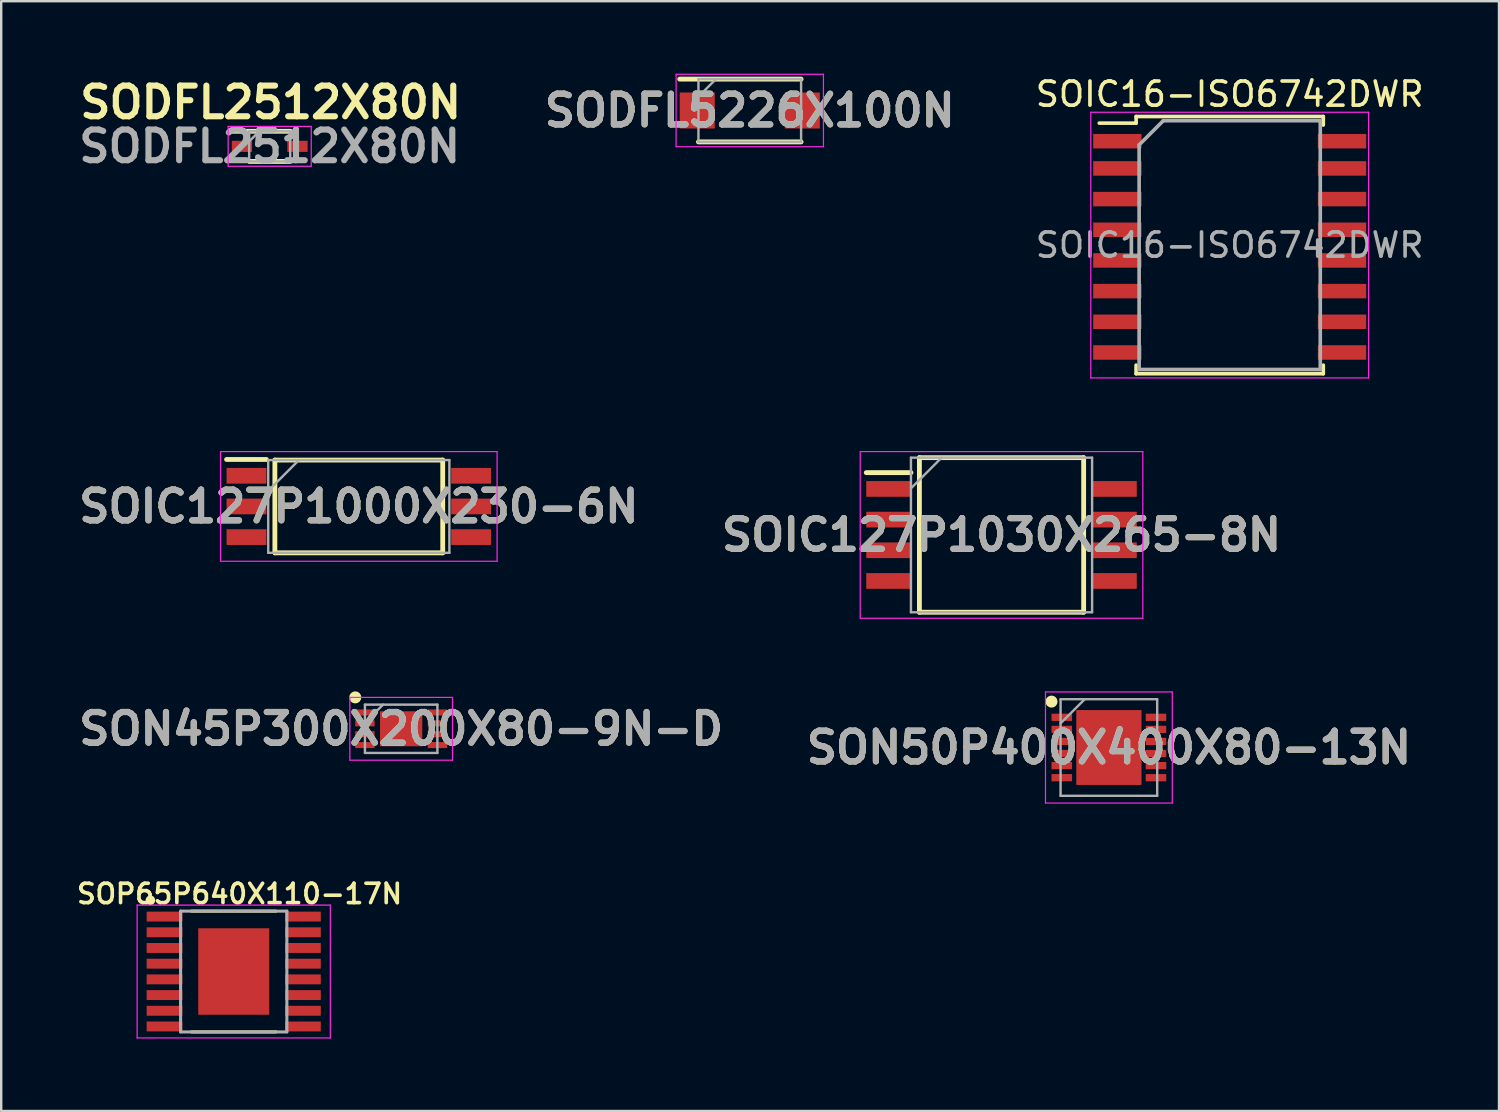
<source format=kicad_pcb>
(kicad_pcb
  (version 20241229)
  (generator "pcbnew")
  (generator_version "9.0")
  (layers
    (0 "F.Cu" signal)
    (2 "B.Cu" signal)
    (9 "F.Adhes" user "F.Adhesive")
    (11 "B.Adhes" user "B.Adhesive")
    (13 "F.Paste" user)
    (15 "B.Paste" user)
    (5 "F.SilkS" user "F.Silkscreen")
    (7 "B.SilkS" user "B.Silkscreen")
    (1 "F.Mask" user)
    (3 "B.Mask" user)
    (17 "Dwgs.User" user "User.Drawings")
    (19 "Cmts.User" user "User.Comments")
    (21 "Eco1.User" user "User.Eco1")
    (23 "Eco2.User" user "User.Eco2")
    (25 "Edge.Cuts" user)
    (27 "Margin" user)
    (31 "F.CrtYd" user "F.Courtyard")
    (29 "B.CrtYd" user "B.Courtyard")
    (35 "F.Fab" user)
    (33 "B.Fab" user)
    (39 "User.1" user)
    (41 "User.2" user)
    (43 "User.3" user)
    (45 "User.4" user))
  (footprint "SOIC127P1030X265-8N"
    (layer "F.Cu")
    (at 38.415 19.098)
    (property "Reference" "SOIC127P1030X265-8N" (at 0 0 0) (layer "F.SilkS") (effects (font (size 1.27 1.27) (thickness 0.254))))
    (attr smd)
    (fp_line (start -5.6 -2.58) (end -3.75 -2.58) (stroke (width 0.2) (type solid)) (layer "F.SilkS"))
    (fp_line (start -3.4 -3.2) (end 3.4 -3.2) (stroke (width 0.2) (type solid)) (layer "F.SilkS"))
    (fp_line (start -3.4 3.2) (end -3.4 -3.2) (stroke (width 0.2) (type solid)) (layer "F.SilkS"))
    (fp_line (start 3.4 -3.2) (end 3.4 3.2) (stroke (width 0.2) (type solid)) (layer "F.SilkS"))
    (fp_line (start 3.4 3.2) (end -3.4 3.2) (stroke (width 0.2) (type solid)) (layer "F.SilkS"))
    (fp_line (start -5.85 -3.45) (end 5.85 -3.45) (stroke (width 0.05) (type solid)) (layer "F.CrtYd"))
    (fp_line (start -5.85 3.45) (end -5.85 -3.45) (stroke (width 0.05) (type solid)) (layer "F.CrtYd"))
    (fp_line (start 5.85 -3.45) (end 5.85 3.45) (stroke (width 0.05) (type solid)) (layer "F.CrtYd"))
    (fp_line (start 5.85 3.45) (end -5.85 3.45) (stroke (width 0.05) (type solid)) (layer "F.CrtYd"))
    (fp_line (start -3.75 -3.2) (end 3.75 -3.2) (stroke (width 0.1) (type solid)) (layer "F.Fab"))
    (fp_line (start -3.75 -1.93) (end -2.48 -3.2) (stroke (width 0.1) (type solid)) (layer "F.Fab"))
    (fp_line (start -3.75 3.2) (end -3.75 -3.2) (stroke (width 0.1) (type solid)) (layer "F.Fab"))
    (fp_line (start 3.75 -3.2) (end 3.75 3.2) (stroke (width 0.1) (type solid)) (layer "F.Fab"))
    (fp_line (start 3.75 3.2) (end -3.75 3.2) (stroke (width 0.1) (type solid)) (layer "F.Fab"))
    (fp_text user "${REFERENCE}" (at 0 0 0) (layer "F.Fab") (effects (font (size 1.27 1.27) (thickness 0.254))))
    (pad "1" smd rect (at -4.675 -1.905 90) (size 0.65 1.85) (layers "F.Cu" "F.Mask" "F.Paste"))
    (pad "2" smd rect (at -4.675 -0.635 90) (size 0.65 1.85) (layers "F.Cu" "F.Mask" "F.Paste"))
    (pad "3" smd rect (at -4.675 0.635 90) (size 0.65 1.85) (layers "F.Cu" "F.Mask" "F.Paste"))
    (pad "4" smd rect (at -4.675 1.905 90) (size 0.65 1.85) (layers "F.Cu" "F.Mask" "F.Paste"))
    (pad "5" smd rect (at 4.675 1.905 90) (size 0.65 1.85) (layers "F.Cu" "F.Mask" "F.Paste"))
    (pad "6" smd rect (at 4.675 0.635 90) (size 0.65 1.85) (layers "F.Cu" "F.Mask" "F.Paste"))
    (pad "7" smd rect (at 4.675 -0.635 90) (size 0.65 1.85) (layers "F.Cu" "F.Mask" "F.Paste"))
    (pad "8" smd rect (at 4.675 -1.905 90) (size 0.65 1.85) (layers "F.Cu" "F.Mask" "F.Paste")))
  (footprint "SON50P400X400X80-13N"
    (layer "F.Cu")
    (at 42.86 27.898)
    (property "Reference" "SON50P400X400X80-13N" (at 0 0 0) (layer "F.SilkS") (effects (font (size 1.27 1.27) (thickness 0.254))))
    (attr smd)
    (fp_circle (center -2.375 -1.9) (end -2.375 -1.775) (stroke (width 0.25) (type solid)) (fill no) (layer "F.SilkS"))
    (fp_line (start -2.625 -2.3) (end 2.625 -2.3) (stroke (width 0.05) (type solid)) (layer "F.CrtYd"))
    (fp_line (start -2.625 2.3) (end -2.625 -2.3) (stroke (width 0.05) (type solid)) (layer "F.CrtYd"))
    (fp_line (start 2.625 -2.3) (end 2.625 2.3) (stroke (width 0.05) (type solid)) (layer "F.CrtYd"))
    (fp_line (start 2.625 2.3) (end -2.625 2.3) (stroke (width 0.05) (type solid)) (layer "F.CrtYd"))
    (fp_line (start -2 -2) (end 2 -2) (stroke (width 0.1) (type solid)) (layer "F.Fab"))
    (fp_line (start -2 -1) (end -1 -2) (stroke (width 0.1) (type solid)) (layer "F.Fab"))
    (fp_line (start -2 2) (end -2 -2) (stroke (width 0.1) (type solid)) (layer "F.Fab"))
    (fp_line (start 2 -2) (end 2 2) (stroke (width 0.1) (type solid)) (layer "F.Fab"))
    (fp_line (start 2 2) (end -2 2) (stroke (width 0.1) (type solid)) (layer "F.Fab"))
    (fp_text user "${REFERENCE}" (at 0 0 0) (layer "F.Fab") (effects (font (size 1.27 1.27) (thickness 0.254))))
    (pad "1" smd rect (at -1.95 -1.25 90) (size 0.3 0.85) (layers "F.Cu" "F.Mask" "F.Paste"))
    (pad "2" smd rect (at -1.95 -0.75 90) (size 0.3 0.85) (layers "F.Cu" "F.Mask" "F.Paste"))
    (pad "3" smd rect (at -1.95 -0.25 90) (size 0.3 0.85) (layers "F.Cu" "F.Mask" "F.Paste"))
    (pad "4" smd rect (at -1.95 0.25 90) (size 0.3 0.85) (layers "F.Cu" "F.Mask" "F.Paste"))
    (pad "5" smd rect (at -1.95 0.75 90) (size 0.3 0.85) (layers "F.Cu" "F.Mask" "F.Paste"))
    (pad "6" smd rect (at -1.95 1.25 90) (size 0.3 0.85) (layers "F.Cu" "F.Mask" "F.Paste"))
    (pad "7" smd rect (at 1.95 1.25 90) (size 0.3 0.85) (layers "F.Cu" "F.Mask" "F.Paste"))
    (pad "8" smd rect (at 1.95 0.75 90) (size 0.3 0.85) (layers "F.Cu" "F.Mask" "F.Paste"))
    (pad "9" smd rect (at 1.95 0.25 90) (size 0.3 0.85) (layers "F.Cu" "F.Mask" "F.Paste"))
    (pad "10" smd rect (at 1.95 -0.25 90) (size 0.3 0.85) (layers "F.Cu" "F.Mask" "F.Paste"))
    (pad "11" smd rect (at 1.95 -0.75 90) (size 0.3 0.85) (layers "F.Cu" "F.Mask" "F.Paste"))
    (pad "12" smd rect (at 1.95 -1.25 90) (size 0.3 0.85) (layers "F.Cu" "F.Mask" "F.Paste"))
    (pad "13" smd rect (at 0 0) (size 2.7 3.1) (layers "F.Cu" "F.Mask" "F.Paste")))
  (footprint "SODFL5226X100N"
    (layer "F.Cu")
    (at 27.992 1.525)
    (property "Reference" "SODFL5226X100N" (at 0 0 0) (layer "F.SilkS") (effects (font (size 1.27 1.27) (thickness 0.254))))
    (attr smd)
    (fp_line (start -2.9 -1.3) (end 2.125 -1.3) (stroke (width 0.2) (type solid)) (layer "F.SilkS"))
    (fp_line (start -2.125 1.3) (end 2.125 1.3) (stroke (width 0.2) (type solid)) (layer "F.SilkS"))
    (fp_line (start -3.05 -1.5) (end 3.05 -1.5) (stroke (width 0.05) (type solid)) (layer "F.CrtYd"))
    (fp_line (start -3.05 1.5) (end -3.05 -1.5) (stroke (width 0.05) (type solid)) (layer "F.CrtYd"))
    (fp_line (start 3.05 -1.5) (end 3.05 1.5) (stroke (width 0.05) (type solid)) (layer "F.CrtYd"))
    (fp_line (start 3.05 1.5) (end -3.05 1.5) (stroke (width 0.05) (type solid)) (layer "F.CrtYd"))
    (fp_line (start -2.125 -1.3) (end 2.125 -1.3) (stroke (width 0.1) (type solid)) (layer "F.Fab"))
    (fp_line (start -2.125 -0.575) (end -1.4 -1.3) (stroke (width 0.1) (type solid)) (layer "F.Fab"))
    (fp_line (start -2.125 1.3) (end -2.125 -1.3) (stroke (width 0.1) (type solid)) (layer "F.Fab"))
    (fp_line (start 2.125 -1.3) (end 2.125 1.3) (stroke (width 0.1) (type solid)) (layer "F.Fab"))
    (fp_line (start 2.125 1.3) (end -2.125 1.3) (stroke (width 0.1) (type solid)) (layer "F.Fab"))
    (fp_text user "${REFERENCE}" (at 0 0 0) (layer "F.Fab") (effects (font (size 1.27 1.27) (thickness 0.254))))
    (pad "1" smd rect (at -2.175 0) (size 1.45 1.49) (layers "F.Cu" "F.Mask" "F.Paste"))
    (pad "2" smd rect (at 2.175 0) (size 1.45 1.49) (layers "F.Cu" "F.Mask" "F.Paste")))
  (footprint "SOP65P640X110-17N"
    (layer "F.Cu")
    (at 6.627 37.173)
    (property "Reference" "SOP65P640X110-17N" (at 0.241 -3.217 0) (layer "F.SilkS") (effects (font (size 0.802 0.802) (thickness 0.15))))
    (attr smd)
    (fp_line (start -1.75 -2.5) (end 1.75 -2.5) (stroke (width 0.127) (type solid)) (layer "F.SilkS"))
    (fp_line (start -1.75 2.5) (end 1.75 2.5) (stroke (width 0.127) (type solid)) (layer "F.SilkS"))
    (fp_circle (center -3.45 -2.95) (end -3.35 -2.95) (stroke (width 0.2) (type solid)) (fill no) (layer "F.SilkS"))
    (fp_line (start -4 -2.75) (end 4 -2.75) (stroke (width 0.05) (type solid)) (layer "F.CrtYd"))
    (fp_line (start -4 2.75) (end -4 -2.75) (stroke (width 0.05) (type solid)) (layer "F.CrtYd"))
    (fp_line (start 4 -2.75) (end 4 2.75) (stroke (width 0.05) (type solid)) (layer "F.CrtYd"))
    (fp_line (start 4 2.75) (end -4 2.75) (stroke (width 0.05) (type solid)) (layer "F.CrtYd"))
    (fp_line (start -2.2 -2.5) (end -2.2 2.5) (stroke (width 0.127) (type solid)) (layer "F.Fab"))
    (fp_line (start -2.2 2.5) (end 2.2 2.5) (stroke (width 0.127) (type solid)) (layer "F.Fab"))
    (fp_line (start 2.2 -2.5) (end -2.2 -2.5) (stroke (width 0.127) (type solid)) (layer "F.Fab"))
    (fp_line (start 2.2 2.5) (end 2.2 -2.5) (stroke (width 0.127) (type solid)) (layer "F.Fab"))
    (pad "1" smd rect (at -2.865 -2.275) (size 1.48 0.41) (layers "F.Cu" "F.Mask" "F.Paste"))
    (pad "2" smd rect (at -2.865 -1.625) (size 1.48 0.41) (layers "F.Cu" "F.Mask" "F.Paste"))
    (pad "3" smd rect (at -2.865 -0.975) (size 1.48 0.41) (layers "F.Cu" "F.Mask" "F.Paste"))
    (pad "4" smd rect (at -2.865 -0.325) (size 1.48 0.41) (layers "F.Cu" "F.Mask" "F.Paste"))
    (pad "5" smd rect (at -2.865 0.325) (size 1.48 0.41) (layers "F.Cu" "F.Mask" "F.Paste"))
    (pad "6" smd rect (at -2.865 0.975) (size 1.48 0.41) (layers "F.Cu" "F.Mask" "F.Paste"))
    (pad "7" smd rect (at -2.865 1.625) (size 1.48 0.41) (layers "F.Cu" "F.Mask" "F.Paste"))
    (pad "8" smd rect (at -2.865 2.275) (size 1.48 0.41) (layers "F.Cu" "F.Mask" "F.Paste"))
    (pad "9" smd rect (at 2.865 2.275) (size 1.48 0.41) (layers "F.Cu" "F.Mask" "F.Paste"))
    (pad "10" smd rect (at 2.865 1.625) (size 1.48 0.41) (layers "F.Cu" "F.Mask" "F.Paste"))
    (pad "11" smd rect (at 2.865 0.975) (size 1.48 0.41) (layers "F.Cu" "F.Mask" "F.Paste"))
    (pad "12" smd rect (at 2.865 0.325) (size 1.48 0.41) (layers "F.Cu" "F.Mask" "F.Paste"))
    (pad "13" smd rect (at 2.865 -0.325) (size 1.48 0.41) (layers "F.Cu" "F.Mask" "F.Paste"))
    (pad "14" smd rect (at 2.865 -0.975) (size 1.48 0.41) (layers "F.Cu" "F.Mask" "F.Paste"))
    (pad "15" smd rect (at 2.865 -1.625) (size 1.48 0.41) (layers "F.Cu" "F.Mask" "F.Paste"))
    (pad "16" smd rect (at 2.865 -2.275) (size 1.48 0.41) (layers "F.Cu" "F.Mask" "F.Paste"))
    (pad "17" smd rect (at 0 0) (size 2.94 3.58) (layers "F.Cu" "F.Mask" "F.Paste"))
    (zone (net_name "") (layer "F.Cu") (hatch full 0.508) (connect_pads) (min_thickness 0.01) (filled_areas_thickness no) (keepout (tracks not_allowed) (vias not_allowed) (pads not_allowed) (copperpour not_allowed) (footprints allowed)) (placement (enabled no)) (fill) (polygon (pts (xy 5.049 34.823) (xy 8.197 34.823) (xy 8.197 35.273) (xy 5.049 35.273))))
    (zone (net_name "") (layer "F.Cu") (hatch full 0.508) (connect_pads) (min_thickness 0.01) (filled_areas_thickness no) (keepout (tracks not_allowed) (vias not_allowed) (pads not_allowed) (copperpour not_allowed) (footprints allowed)) (placement (enabled no)) (fill) (polygon (pts (xy 5.051 39.063) (xy 8.197 39.063) (xy 8.197 39.532) (xy 5.051 39.532))))
    (zone (net_name "") (layers "F.Cu" "B.Cu") (hatch full 0.508) (connect_pads) (min_thickness 0.01) (filled_areas_thickness no) (keepout (tracks allowed) (vias not_allowed) (pads allowed) (copperpour allowed) (footprints allowed)) (placement (enabled no)) (fill) (polygon (pts (xy 5.051 34.823) (xy 8.197 34.823) (xy 8.197 35.275) (xy 5.051 35.275))))
    (zone (net_name "") (layers "F.Cu" "B.Cu") (hatch full 0.508) (connect_pads) (min_thickness 0.01) (filled_areas_thickness no) (keepout (tracks allowed) (vias not_allowed) (pads allowed) (copperpour allowed) (footprints allowed)) (placement (enabled no)) (fill) (polygon (pts (xy 5.054 39.063) (xy 8.197 39.063) (xy 8.197 39.527) (xy 5.054 39.527))))
    (zone (net_name "") (layer "B.Cu") (hatch full 0.508) (connect_pads) (min_thickness 0.01) (filled_areas_thickness no) (keepout (tracks not_allowed) (vias not_allowed) (pads not_allowed) (copperpour not_allowed) (footprints allowed)) (placement (enabled no)) (fill) (polygon (pts (xy 5.052 39.063) (xy 8.197 39.063) (xy 8.197 39.53) (xy 5.052 39.53))))
    (zone (net_name "") (layer "B.Cu") (hatch full 0.508) (connect_pads) (min_thickness 0.01) (filled_areas_thickness no) (keepout (tracks not_allowed) (vias not_allowed) (pads not_allowed) (copperpour not_allowed) (footprints allowed)) (placement (enabled no)) (fill) (polygon (pts (xy 5.053 34.823) (xy 8.197 34.823) (xy 8.197 35.277) (xy 5.053 35.277)))))
  (footprint "SON45P300X200X80-9N-D"
    (layer "F.Cu")
    (at 13.559 27.123)
    (property "Reference" "SON45P300X200X80-9N-D" (at 0 0 0) (layer "F.SilkS") (effects (font (size 1.27 1.27) (thickness 0.254))))
    (attr smd)
    (fp_circle (center -1.9 -1.3) (end -1.9 -1.175) (stroke (width 0.25) (type solid)) (fill no) (layer "F.SilkS"))
    (fp_line (start -2.125 -1.3) (end 2.125 -1.3) (stroke (width 0.05) (type solid)) (layer "F.CrtYd"))
    (fp_line (start -2.125 1.3) (end -2.125 -1.3) (stroke (width 0.05) (type solid)) (layer "F.CrtYd"))
    (fp_line (start 2.125 -1.3) (end 2.125 1.3) (stroke (width 0.05) (type solid)) (layer "F.CrtYd"))
    (fp_line (start 2.125 1.3) (end -2.125 1.3) (stroke (width 0.05) (type solid)) (layer "F.CrtYd"))
    (fp_line (start -1.5 -1) (end 1.5 -1) (stroke (width 0.1) (type solid)) (layer "F.Fab"))
    (fp_line (start -1.5 -0.25) (end -0.75 -1) (stroke (width 0.1) (type solid)) (layer "F.Fab"))
    (fp_line (start -1.5 1) (end -1.5 -1) (stroke (width 0.1) (type solid)) (layer "F.Fab"))
    (fp_line (start 1.5 -1) (end 1.5 1) (stroke (width 0.1) (type solid)) (layer "F.Fab"))
    (fp_line (start 1.5 1) (end -1.5 1) (stroke (width 0.1) (type solid)) (layer "F.Fab"))
    (fp_text user "${REFERENCE}" (at 0 0 0) (layer "F.Fab") (effects (font (size 1.27 1.27) (thickness 0.254))))
    (pad "1" smd rect (at -1.5 -0.675 90) (size 0.25 0.8) (layers "F.Cu" "F.Mask" "F.Paste"))
    (pad "2" smd rect (at -1.5 -0.225 90) (size 0.25 0.8) (layers "F.Cu" "F.Mask" "F.Paste"))
    (pad "3" smd rect (at -1.5 0.225 90) (size 0.25 0.8) (layers "F.Cu" "F.Mask" "F.Paste"))
    (pad "4" smd rect (at -1.5 0.675 90) (size 0.25 0.8) (layers "F.Cu" "F.Mask" "F.Paste"))
    (pad "5" smd rect (at 1.5 0.675 90) (size 0.25 0.8) (layers "F.Cu" "F.Mask" "F.Paste"))
    (pad "6" smd rect (at 1.5 0.225 90) (size 0.25 0.8) (layers "F.Cu" "F.Mask" "F.Paste"))
    (pad "7" smd rect (at 1.5 -0.225 90) (size 0.25 0.8) (layers "F.Cu" "F.Mask" "F.Paste"))
    (pad "8" smd rect (at 1.5 -0.675 90) (size 0.25 0.8) (layers "F.Cu" "F.Mask" "F.Paste"))
    (pad "9" smd rect (at 0 0 90) (size 1.45 1.75) (layers "F.Cu" "F.Mask" "F.Paste")))
  (footprint "SOIC127P1000X230-6N"
    (layer "F.Cu")
    (at 11.805 17.918)
    (property "Reference" "SOIC127P1000X230-6N" (at 0 0 0) (layer "F.SilkS") (effects (font (size 1.27 1.27) (thickness 0.254))))
    (attr smd)
    (fp_line (start -5.475 -1.945) (end -3.825 -1.945) (stroke (width 0.2) (type solid)) (layer "F.SilkS"))
    (fp_line (start -3.475 -1.92) (end 3.475 -1.92) (stroke (width 0.2) (type solid)) (layer "F.SilkS"))
    (fp_line (start -3.475 1.92) (end -3.475 -1.92) (stroke (width 0.2) (type solid)) (layer "F.SilkS"))
    (fp_line (start 3.475 -1.92) (end 3.475 1.92) (stroke (width 0.2) (type solid)) (layer "F.SilkS"))
    (fp_line (start 3.475 1.92) (end -3.475 1.92) (stroke (width 0.2) (type solid)) (layer "F.SilkS"))
    (fp_line (start -5.725 -2.27) (end 5.725 -2.27) (stroke (width 0.05) (type solid)) (layer "F.CrtYd"))
    (fp_line (start -5.725 2.27) (end -5.725 -2.27) (stroke (width 0.05) (type solid)) (layer "F.CrtYd"))
    (fp_line (start 5.725 -2.27) (end 5.725 2.27) (stroke (width 0.05) (type solid)) (layer "F.CrtYd"))
    (fp_line (start 5.725 2.27) (end -5.725 2.27) (stroke (width 0.05) (type solid)) (layer "F.CrtYd"))
    (fp_line (start -3.75 -1.92) (end 3.75 -1.92) (stroke (width 0.1) (type solid)) (layer "F.Fab"))
    (fp_line (start -3.75 -0.65) (end -2.48 -1.92) (stroke (width 0.1) (type solid)) (layer "F.Fab"))
    (fp_line (start -3.75 1.92) (end -3.75 -1.92) (stroke (width 0.1) (type solid)) (layer "F.Fab"))
    (fp_line (start 3.75 -1.92) (end 3.75 1.92) (stroke (width 0.1) (type solid)) (layer "F.Fab"))
    (fp_line (start 3.75 1.92) (end -3.75 1.92) (stroke (width 0.1) (type solid)) (layer "F.Fab"))
    (fp_text user "${REFERENCE}" (at 0 0 0) (layer "F.Fab") (effects (font (size 1.27 1.27) (thickness 0.254))))
    (pad "1" smd rect (at -4.65 -1.27 90) (size 0.65 1.65) (layers "F.Cu" "F.Mask" "F.Paste"))
    (pad "2" smd rect (at -4.65 0 90) (size 0.65 1.65) (layers "F.Cu" "F.Mask" "F.Paste"))
    (pad "3" smd rect (at -4.65 1.27 90) (size 0.65 1.65) (layers "F.Cu" "F.Mask" "F.Paste"))
    (pad "4" smd rect (at 4.65 1.27 90) (size 0.65 1.65) (layers "F.Cu" "F.Mask" "F.Paste"))
    (pad "5" smd rect (at 4.65 0 90) (size 0.65 1.65) (layers "F.Cu" "F.Mask" "F.Paste"))
    (pad "6" smd rect (at 4.65 -1.27 90) (size 0.65 1.65) (layers "F.Cu" "F.Mask" "F.Paste")))
  (footprint "SOIC16-ISO6742DWR"
    (layer "F.Cu")
    (at 47.862 7.098)
    (property "Reference" "SOIC16-ISO6742DWR" (at 0 -6.25 0) (layer "F.SilkS") (effects (font (size 1 1) (thickness 0.15))))
    (attr smd)
    (fp_line (start -3.875 -5.325) (end -3.875 -5.05) (stroke (width 0.15) (type solid)) (layer "F.SilkS"))
    (fp_line (start -3.875 -5.325) (end 3.875 -5.325) (stroke (width 0.15) (type solid)) (layer "F.SilkS"))
    (fp_line (start -3.875 -5.05) (end -5.4 -5.05) (stroke (width 0.15) (type solid)) (layer "F.SilkS"))
    (fp_line (start -3.875 5.325) (end -3.875 4.97) (stroke (width 0.15) (type solid)) (layer "F.SilkS"))
    (fp_line (start -3.875 5.325) (end 3.875 5.325) (stroke (width 0.15) (type solid)) (layer "F.SilkS"))
    (fp_line (start 3.875 -5.325) (end 3.875 -4.97) (stroke (width 0.15) (type solid)) (layer "F.SilkS"))
    (fp_line (start 3.875 5.325) (end 3.875 4.97) (stroke (width 0.15) (type solid)) (layer "F.SilkS"))
    (fp_line (start -5.75 -5.5) (end -5.75 5.5) (stroke (width 0.05) (type solid)) (layer "F.CrtYd"))
    (fp_line (start -5.75 -5.5) (end 5.75 -5.5) (stroke (width 0.05) (type solid)) (layer "F.CrtYd"))
    (fp_line (start -5.75 5.5) (end 5.75 5.5) (stroke (width 0.05) (type solid)) (layer "F.CrtYd"))
    (fp_line (start 5.75 -5.5) (end 5.75 5.5) (stroke (width 0.05) (type solid)) (layer "F.CrtYd"))
    (fp_line (start -3.75 -4.15) (end -2.75 -5.15) (stroke (width 0.15) (type solid)) (layer "F.Fab"))
    (fp_line (start -3.75 5.15) (end -3.75 -4.15) (stroke (width 0.15) (type solid)) (layer "F.Fab"))
    (fp_line (start -2.75 -5.15) (end 3.75 -5.15) (stroke (width 0.15) (type solid)) (layer "F.Fab"))
    (fp_line (start 3.75 -5.15) (end 3.75 5.15) (stroke (width 0.15) (type solid)) (layer "F.Fab"))
    (fp_line (start 3.75 5.15) (end -3.75 5.15) (stroke (width 0.15) (type solid)) (layer "F.Fab"))
    (fp_text user "${REFERENCE}" (at 0 0 0) (layer "F.Fab") (effects (font (size 1 1) (thickness 0.15))))
    (pad "1" smd rect (at -4.65 -4.302) (size 2 0.6) (layers "F.Cu" "F.Mask" "F.Paste"))
    (pad "2" smd rect (at -4.65 -3.175) (size 2 0.6) (layers "F.Cu" "F.Mask" "F.Paste"))
    (pad "3" smd rect (at -4.65 -1.905) (size 2 0.6) (layers "F.Cu" "F.Mask" "F.Paste"))
    (pad "4" smd rect (at -4.65 -0.635) (size 2 0.6) (layers "F.Cu" "F.Mask" "F.Paste"))
    (pad "5" smd rect (at -4.65 0.635) (size 2 0.6) (layers "F.Cu" "F.Mask" "F.Paste"))
    (pad "6" smd rect (at -4.65 1.905) (size 2 0.6) (layers "F.Cu" "F.Mask" "F.Paste"))
    (pad "7" smd rect (at -4.65 3.175) (size 2 0.6) (layers "F.Cu" "F.Mask" "F.Paste"))
    (pad "8" smd rect (at -4.65 4.445) (size 2 0.6) (layers "F.Cu" "F.Mask" "F.Paste"))
    (pad "9" smd rect (at 4.65 4.445) (size 2 0.6) (layers "F.Cu" "F.Mask" "F.Paste"))
    (pad "10" smd rect (at 4.65 3.175) (size 2 0.6) (layers "F.Cu" "F.Mask" "F.Paste"))
    (pad "11" smd rect (at 4.65 1.905) (size 2 0.6) (layers "F.Cu" "F.Mask" "F.Paste"))
    (pad "12" smd rect (at 4.65 0.635) (size 2 0.6) (layers "F.Cu" "F.Mask" "F.Paste"))
    (pad "13" smd rect (at 4.65 -0.635) (size 2 0.6) (layers "F.Cu" "F.Mask" "F.Paste"))
    (pad "14" smd rect (at 4.65 -1.905) (size 2 0.6) (layers "F.Cu" "F.Mask" "F.Paste"))
    (pad "15" smd rect (at 4.65 -3.175) (size 2 0.6) (layers "F.Cu" "F.Mask" "F.Paste"))
    (pad "16" smd rect (at 4.65 -4.302) (size 2 0.6) (layers "F.Cu" "F.Mask" "F.Paste")))
  (footprint "SODFL2512X80N"
    (layer "F.Cu")
    (at 8.116 3.009)
    (property "Reference" "SODFL2512X80N" (at 0.04 -1.82 0) (layer "F.SilkS") (effects (font (size 1.27 1.27) (thickness 0.254))))
    (attr smd)
    (fp_line (start -1.57 -0.625) (end 0.85 -0.625) (stroke (width 0.2) (type solid)) (layer "F.SilkS"))
    (fp_line (start -0.85 0.625) (end 0.85 0.625) (stroke (width 0.2) (type solid)) (layer "F.SilkS"))
    (fp_line (start -1.72 -0.825) (end 1.72 -0.825) (stroke (width 0.05) (type solid)) (layer "F.CrtYd"))
    (fp_line (start -1.72 0.825) (end -1.72 -0.825) (stroke (width 0.05) (type solid)) (layer "F.CrtYd"))
    (fp_line (start 1.72 -0.825) (end 1.72 0.825) (stroke (width 0.05) (type solid)) (layer "F.CrtYd"))
    (fp_line (start 1.72 0.825) (end -1.72 0.825) (stroke (width 0.05) (type solid)) (layer "F.CrtYd"))
    (fp_line (start -0.85 -0.625) (end 0.85 -0.625) (stroke (width 0.1) (type solid)) (layer "F.Fab"))
    (fp_line (start -0.85 -0.205) (end -0.43 -0.625) (stroke (width 0.1) (type solid)) (layer "F.Fab"))
    (fp_line (start -0.85 0.625) (end -0.85 -0.625) (stroke (width 0.1) (type solid)) (layer "F.Fab"))
    (fp_line (start 0.85 -0.625) (end 0.85 0.625) (stroke (width 0.1) (type solid)) (layer "F.Fab"))
    (fp_line (start 0.85 0.625) (end -0.85 0.625) (stroke (width 0.1) (type solid)) (layer "F.Fab"))
    (fp_text user "${REFERENCE}" (at 0 0 0) (layer "F.Fab") (effects (font (size 1.27 1.27) (thickness 0.254))))
    (pad "1" smd rect (at -1.15 0 90) (size 0.46 0.84) (layers "F.Cu" "F.Mask" "F.Paste"))
    (pad "2" smd rect (at 1.15 0 90) (size 0.46 0.84) (layers "F.Cu" "F.Mask" "F.Paste")))
  (gr_rect
    (start -3 -3)
    (end 59.011 42.948)
    (stroke (width 0.1) (type default))
    (fill no)
    (layer "Edge.Cuts")))
</source>
